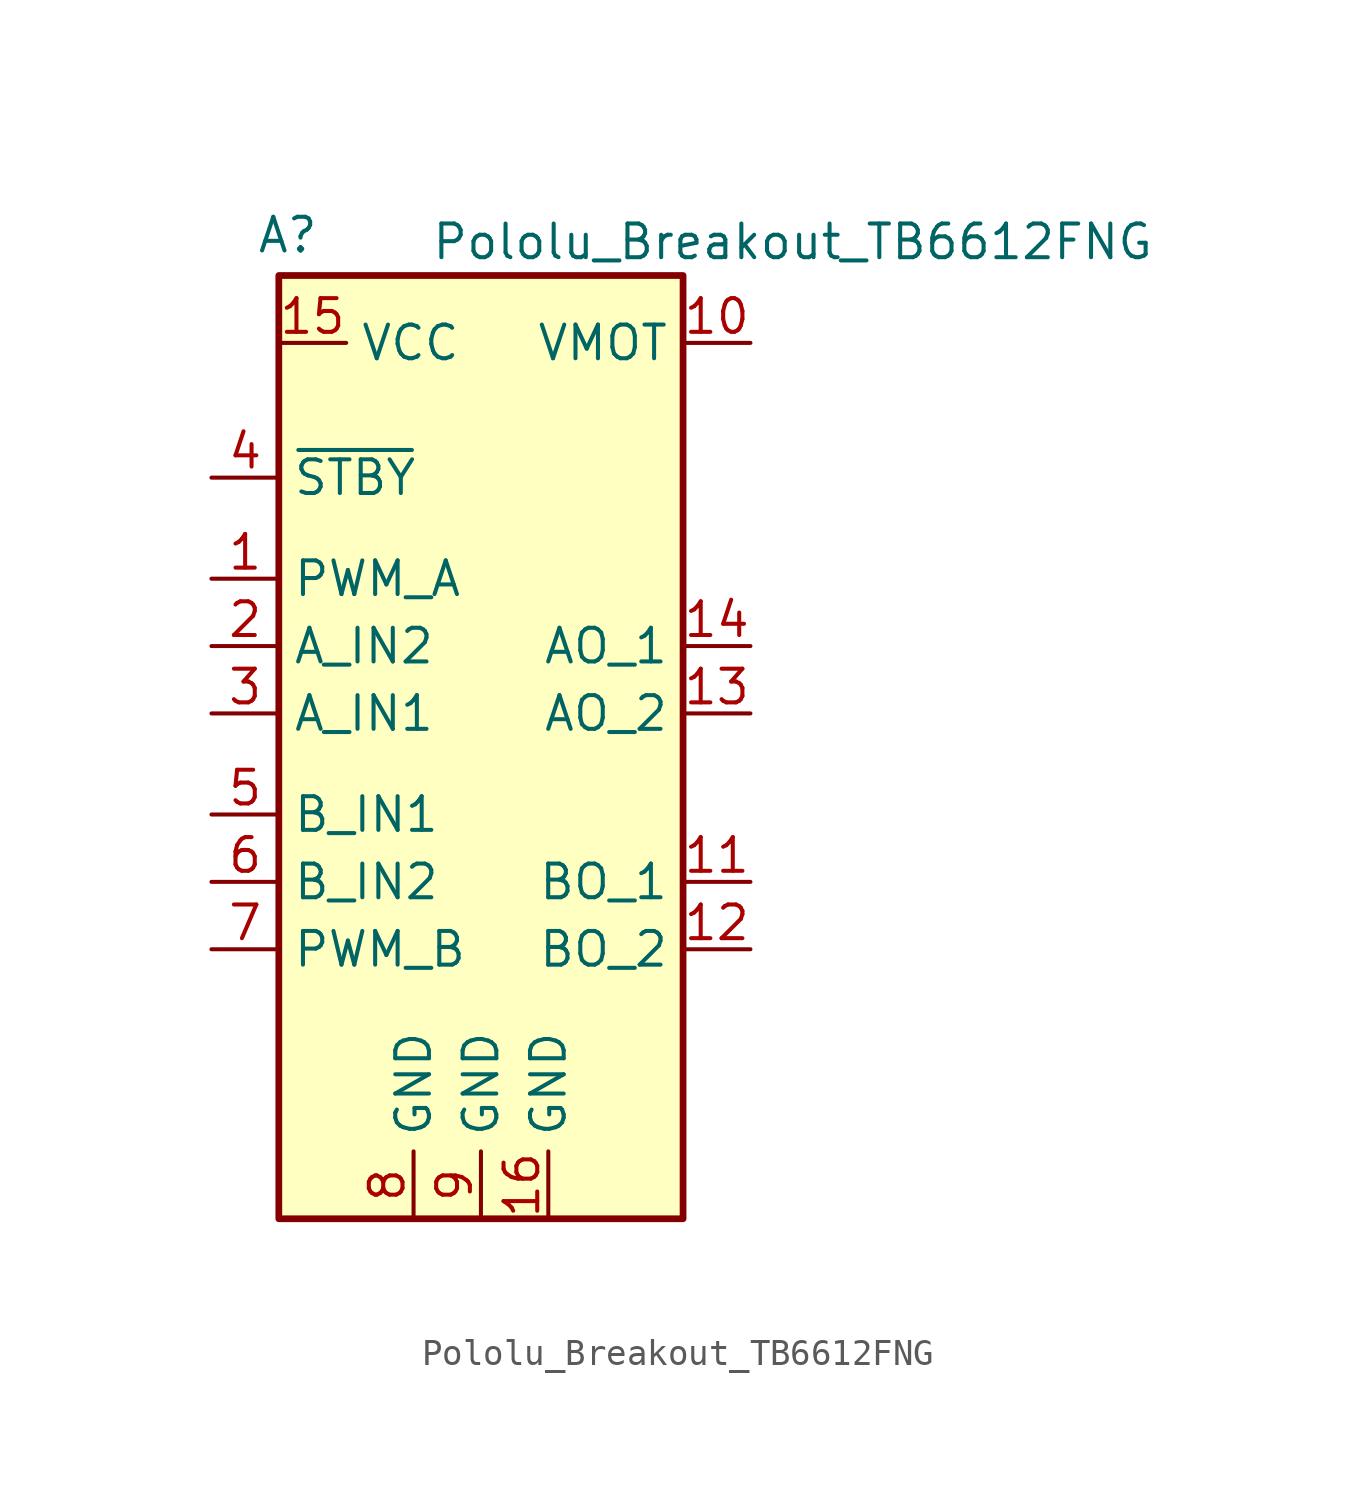
<source format=kicad_sym>
(kicad_symbol_lib
  (version 20241209)
  (generator "kicad_symbol_editor")
  (generator_version "9.0")
  (symbol "Pololu_Breakout_TB6612FNG"
    (property "Reference" "A"
      (at -6.096 19.304 0)
      (effects (font (size 1.27 1.27)) (justify right)))
    (property "Value" "Pololu_Breakout_TB6612FNG"
      (at 25.4 19.05 0)
      (effects (font (size 1.27 1.27)) (justify right)))
    (symbol "Pololu_Breakout_TB6612FNG_0_1"
      (rectangle (start -7.62 17.78) (end 7.62 -17.78) (stroke (width 0.254) (type default)) (fill (type background))))
    (symbol "Pololu_Breakout_TB6612FNG_1_1"
      (pin input line (at -10.16 10.16 0) (length 2.54) (name "~{STBY}" (effects (font (size 1.27 1.27)))) (number "4" (effects (font (size 1.27 1.27)))))
      (pin input line (at -10.16 6.35 0) (length 2.54) (name "PWM_A" (effects (font (size 1.27 1.27)))) (number "1" (effects (font (size 1.27 1.27)))))
      (pin input line (at -10.16 3.81 0) (length 2.54) (name "A_IN2" (effects (font (size 1.27 1.27)))) (number "2" (effects (font (size 1.27 1.27)))))
      (pin input line (at -10.16 1.27 0) (length 2.54) (name "A_IN1" (effects (font (size 1.27 1.27)))) (number "3" (effects (font (size 1.27 1.27)))))
      (pin input line (at -10.16 -2.54 0) (length 2.54) (name "B_IN1" (effects (font (size 1.27 1.27)))) (number "5" (effects (font (size 1.27 1.27)))))
      (pin input line (at -10.16 -5.08 0) (length 2.54) (name "B_IN2" (effects (font (size 1.27 1.27)))) (number "6" (effects (font (size 1.27 1.27)))))
      (pin input line (at -10.16 -7.62 0) (length 2.54) (name "PWM_B" (effects (font (size 1.27 1.27)))) (number "7" (effects (font (size 1.27 1.27)))))
      (pin power_in line (at -7.62 15.24 0) (length 2.54) (name "VCC" (effects (font (size 1.27 1.27)))) (number "15" (effects (font (size 1.27 1.27)))))
      (pin power_in line (at -2.54 -17.78 90) (length 2.54) (name "GND" (effects (font (size 1.27 1.27)))) (number "8" (effects (font (size 1.27 1.27)))))
      (pin power_in line (at 0 -17.78 90) (length 2.54) (name "GND" (effects (font (size 1.27 1.27)))) (number "9" (effects (font (size 1.27 1.27)))))
      (pin power_in line (at 2.54 -17.78 90) (length 2.54) (name "GND" (effects (font (size 1.27 1.27)))) (number "16" (effects (font (size 1.27 1.27)))))
      (pin power_in line (at 10.16 15.24 180) (length 2.54) (name "VMOT" (effects (font (size 1.27 1.27)))) (number "10" (effects (font (size 1.27 1.27)))))
      (pin output line (at 10.16 3.81 180) (length 2.54) (name "AO_1" (effects (font (size 1.27 1.27)))) (number "14" (effects (font (size 1.27 1.27)))))
      (pin output line (at 10.16 1.27 180) (length 2.54) (name "AO_2" (effects (font (size 1.27 1.27)))) (number "13" (effects (font (size 1.27 1.27)))))
      (pin output line (at 10.16 -5.08 180) (length 2.54) (name "BO_1" (effects (font (size 1.27 1.27)))) (number "11" (effects (font (size 1.27 1.27)))))
      (pin output line (at 10.16 -7.62 180) (length 2.54) (name "BO_2" (effects (font (size 1.27 1.27)))) (number "12" (effects (font (size 1.27 1.27))))))))
</source>
